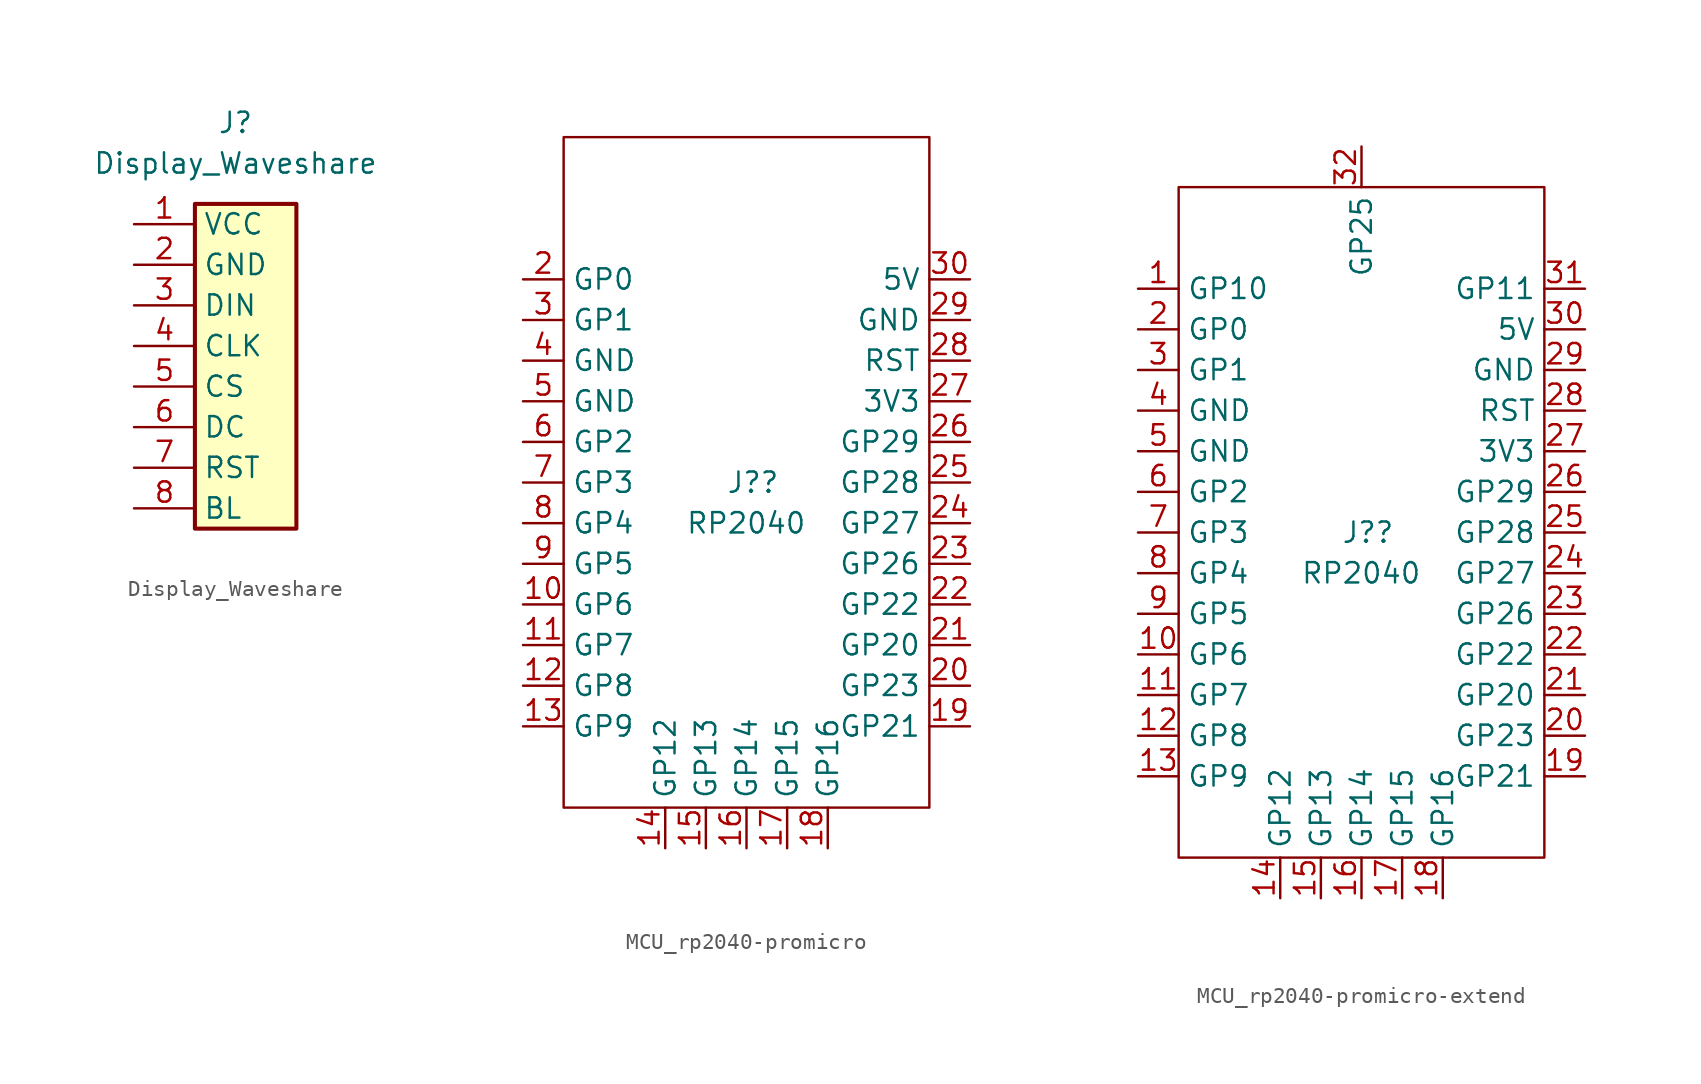
<source format=kicad_sym>
(kicad_symbol_lib
  (version 20231120)
  (generator "kicad_symbol_editor")
  (generator_version "8.0")
  (symbol "Display_Waveshare"
    (property "Reference" "J"
      (at 0 15.24 0)
      (effects (font (size 1.27 1.27))))
    (property "Value" "Display_Waveshare"
      (at 0 12.7 0)
      (effects (font (size 1.27 1.27))))
    (symbol "Display_Waveshare_1_1"
      (rectangle (start -2.54 10.16) (end 3.81 -10.16) (stroke (width 0.254) (type default)) (fill (type background)))
      (pin power_in line (at -6.35 8.89 0) (length 3.81) (name "VCC" (effects (font (size 1.27 1.27)))) (number "1" (effects (font (size 1.27 1.27)))))
      (pin power_in line (at -6.35 6.35 0) (length 3.81) (name "GND" (effects (font (size 1.27 1.27)))) (number "2" (effects (font (size 1.27 1.27)))))
      (pin input line (at -6.35 3.81 0) (length 3.81) (name "DIN" (effects (font (size 1.27 1.27)))) (number "3" (effects (font (size 1.27 1.27)))))
      (pin input line (at -6.35 1.27 0) (length 3.81) (name "CLK" (effects (font (size 1.27 1.27)))) (number "4" (effects (font (size 1.27 1.27)))))
      (pin input line (at -6.35 -1.27 0) (length 3.81) (name "CS" (effects (font (size 1.27 1.27)))) (number "5" (effects (font (size 1.27 1.27)))))
      (pin input line (at -6.35 -3.81 0) (length 3.81) (name "DC" (effects (font (size 1.27 1.27)))) (number "6" (effects (font (size 1.27 1.27)))))
      (pin input line (at -6.35 -6.35 0) (length 3.81) (name "RST" (effects (font (size 1.27 1.27)))) (number "7" (effects (font (size 1.27 1.27)))))
      (pin input line (at -6.35 -8.89 0) (length 3.81) (name "BL" (effects (font (size 1.27 1.27)))) (number "8" (effects (font (size 1.27 1.27)))))))
  (symbol "MCU_rp2040-promicro"
    (property "Reference" "J?"
      (at -1.27 0 0)
      (effects (font (size 1.27 1.27)) (justify left)))
    (property "Value" "RP2040"
      (at -3.81 -2.54 0)
      (effects (font (size 1.27 1.27)) (justify left)))
    (symbol "MCU_rp2040-promicro_0_1"
      (rectangle (start -11.43 21.59) (end 11.43 -20.32) (stroke (width 0.152) (type default)) (fill (type none))))
    (symbol "MCU_rp2040-promicro_1_1"
      (pin bidirectional line (at -13.97 -7.62 0) (length 2.54) (name "GP6" (effects (font (size 1.27 1.27)))) (number "10" (effects (font (size 1.27 1.27)))))
      (pin bidirectional line (at -13.97 -10.16 0) (length 2.54) (name "GP7" (effects (font (size 1.27 1.27)))) (number "11" (effects (font (size 1.27 1.27)))))
      (pin bidirectional line (at -13.97 -12.7 0) (length 2.54) (name "GP8" (effects (font (size 1.27 1.27)))) (number "12" (effects (font (size 1.27 1.27)))))
      (pin bidirectional line (at -13.97 -15.24 0) (length 2.54) (name "GP9" (effects (font (size 1.27 1.27)))) (number "13" (effects (font (size 1.27 1.27)))))
      (pin bidirectional line (at -5.08 -22.86 90) (length 2.54) (name "GP12" (effects (font (size 1.27 1.27)))) (number "14" (effects (font (size 1.27 1.27)))))
      (pin bidirectional line (at -2.54 -22.86 90) (length 2.54) (name "GP13" (effects (font (size 1.27 1.27)))) (number "15" (effects (font (size 1.27 1.27)))))
      (pin bidirectional line (at 0 -22.86 90) (length 2.54) (name "GP14" (effects (font (size 1.27 1.27)))) (number "16" (effects (font (size 1.27 1.27)))))
      (pin bidirectional line (at 2.54 -22.86 90) (length 2.54) (name "GP15" (effects (font (size 1.27 1.27)))) (number "17" (effects (font (size 1.27 1.27)))))
      (pin bidirectional line (at 5.08 -22.86 90) (length 2.54) (name "GP16" (effects (font (size 1.27 1.27)))) (number "18" (effects (font (size 1.27 1.27)))))
      (pin bidirectional line (at 13.97 -15.24 180) (length 2.54) (name "GP21" (effects (font (size 1.27 1.27)))) (number "19" (effects (font (size 1.27 1.27)))))
      (pin bidirectional line (at -13.97 12.7 0) (length 2.54) (name "GP0" (effects (font (size 1.27 1.27)))) (number "2" (effects (font (size 1.27 1.27)))))
      (pin bidirectional line (at 13.97 -12.7 180) (length 2.54) (name "GP23" (effects (font (size 1.27 1.27)))) (number "20" (effects (font (size 1.27 1.27)))))
      (pin bidirectional line (at 13.97 -10.16 180) (length 2.54) (name "GP20" (effects (font (size 1.27 1.27)))) (number "21" (effects (font (size 1.27 1.27)))))
      (pin bidirectional line (at 13.97 -7.62 180) (length 2.54) (name "GP22" (effects (font (size 1.27 1.27)))) (number "22" (effects (font (size 1.27 1.27)))))
      (pin bidirectional line (at 13.97 -5.08 180) (length 2.54) (name "GP26" (effects (font (size 1.27 1.27)))) (number "23" (effects (font (size 1.27 1.27)))))
      (pin bidirectional line (at 13.97 -2.54 180) (length 2.54) (name "GP27" (effects (font (size 1.27 1.27)))) (number "24" (effects (font (size 1.27 1.27)))))
      (pin bidirectional line (at 13.97 0 180) (length 2.54) (name "GP28" (effects (font (size 1.27 1.27)))) (number "25" (effects (font (size 1.27 1.27)))))
      (pin bidirectional line (at 13.97 2.54 180) (length 2.54) (name "GP29" (effects (font (size 1.27 1.27)))) (number "26" (effects (font (size 1.27 1.27)))))
      (pin power_in line (at 13.97 5.08 180) (length 2.54) (name "3V3" (effects (font (size 1.27 1.27)))) (number "27" (effects (font (size 1.27 1.27)))))
      (pin bidirectional line (at 13.97 7.62 180) (length 2.54) (name "RST" (effects (font (size 1.27 1.27)))) (number "28" (effects (font (size 1.27 1.27)))))
      (pin power_in line (at 13.97 10.16 180) (length 2.54) (name "GND" (effects (font (size 1.27 1.27)))) (number "29" (effects (font (size 1.27 1.27)))))
      (pin bidirectional line (at -13.97 10.16 0) (length 2.54) (name "GP1" (effects (font (size 1.27 1.27)))) (number "3" (effects (font (size 1.27 1.27)))))
      (pin power_in line (at 13.97 12.7 180) (length 2.54) (name "5V" (effects (font (size 1.27 1.27)))) (number "30" (effects (font (size 1.27 1.27)))))
      (pin power_in line (at -13.97 7.62 0) (length 2.54) (name "GND" (effects (font (size 1.27 1.27)))) (number "4" (effects (font (size 1.27 1.27)))))
      (pin power_in line (at -13.97 5.08 0) (length 2.54) (name "GND" (effects (font (size 1.27 1.27)))) (number "5" (effects (font (size 1.27 1.27)))))
      (pin bidirectional line (at -13.97 2.54 0) (length 2.54) (name "GP2" (effects (font (size 1.27 1.27)))) (number "6" (effects (font (size 1.27 1.27)))))
      (pin bidirectional line (at -13.97 0 0) (length 2.54) (name "GP3" (effects (font (size 1.27 1.27)))) (number "7" (effects (font (size 1.27 1.27)))))
      (pin bidirectional line (at -13.97 -2.54 0) (length 2.54) (name "GP4" (effects (font (size 1.27 1.27)))) (number "8" (effects (font (size 1.27 1.27)))))
      (pin bidirectional line (at -13.97 -5.08 0) (length 2.54) (name "GP5" (effects (font (size 1.27 1.27)))) (number "9" (effects (font (size 1.27 1.27)))))))
  (symbol "MCU_rp2040-promicro-extend"
    (property "Reference" "J?"
      (at -1.27 0 0)
      (effects (font (size 1.27 1.27)) (justify left)))
    (property "Value" "RP2040"
      (at -3.81 -2.54 0)
      (effects (font (size 1.27 1.27)) (justify left)))
    (symbol "MCU_rp2040-promicro-extend_0_1"
      (rectangle (start -11.43 21.59) (end 11.43 -20.32) (stroke (width 0.152) (type default)) (fill (type none))))
    (symbol "MCU_rp2040-promicro-extend_1_1"
      (pin bidirectional line (at -13.97 15.24 0) (length 2.54) (name "GP10" (effects (font (size 1.27 1.27)))) (number "1" (effects (font (size 1.27 1.27)))))
      (pin bidirectional line (at -13.97 -7.62 0) (length 2.54) (name "GP6" (effects (font (size 1.27 1.27)))) (number "10" (effects (font (size 1.27 1.27)))))
      (pin bidirectional line (at -13.97 -10.16 0) (length 2.54) (name "GP7" (effects (font (size 1.27 1.27)))) (number "11" (effects (font (size 1.27 1.27)))))
      (pin bidirectional line (at -13.97 -12.7 0) (length 2.54) (name "GP8" (effects (font (size 1.27 1.27)))) (number "12" (effects (font (size 1.27 1.27)))))
      (pin bidirectional line (at -13.97 -15.24 0) (length 2.54) (name "GP9" (effects (font (size 1.27 1.27)))) (number "13" (effects (font (size 1.27 1.27)))))
      (pin bidirectional line (at -5.08 -22.86 90) (length 2.54) (name "GP12" (effects (font (size 1.27 1.27)))) (number "14" (effects (font (size 1.27 1.27)))))
      (pin bidirectional line (at -2.54 -22.86 90) (length 2.54) (name "GP13" (effects (font (size 1.27 1.27)))) (number "15" (effects (font (size 1.27 1.27)))))
      (pin bidirectional line (at 0 -22.86 90) (length 2.54) (name "GP14" (effects (font (size 1.27 1.27)))) (number "16" (effects (font (size 1.27 1.27)))))
      (pin bidirectional line (at 2.54 -22.86 90) (length 2.54) (name "GP15" (effects (font (size 1.27 1.27)))) (number "17" (effects (font (size 1.27 1.27)))))
      (pin bidirectional line (at 5.08 -22.86 90) (length 2.54) (name "GP16" (effects (font (size 1.27 1.27)))) (number "18" (effects (font (size 1.27 1.27)))))
      (pin bidirectional line (at 13.97 -15.24 180) (length 2.54) (name "GP21" (effects (font (size 1.27 1.27)))) (number "19" (effects (font (size 1.27 1.27)))))
      (pin bidirectional line (at -13.97 12.7 0) (length 2.54) (name "GP0" (effects (font (size 1.27 1.27)))) (number "2" (effects (font (size 1.27 1.27)))))
      (pin bidirectional line (at 13.97 -12.7 180) (length 2.54) (name "GP23" (effects (font (size 1.27 1.27)))) (number "20" (effects (font (size 1.27 1.27)))))
      (pin bidirectional line (at 13.97 -10.16 180) (length 2.54) (name "GP20" (effects (font (size 1.27 1.27)))) (number "21" (effects (font (size 1.27 1.27)))))
      (pin bidirectional line (at 13.97 -7.62 180) (length 2.54) (name "GP22" (effects (font (size 1.27 1.27)))) (number "22" (effects (font (size 1.27 1.27)))))
      (pin bidirectional line (at 13.97 -5.08 180) (length 2.54) (name "GP26" (effects (font (size 1.27 1.27)))) (number "23" (effects (font (size 1.27 1.27)))))
      (pin bidirectional line (at 13.97 -2.54 180) (length 2.54) (name "GP27" (effects (font (size 1.27 1.27)))) (number "24" (effects (font (size 1.27 1.27)))))
      (pin bidirectional line (at 13.97 0 180) (length 2.54) (name "GP28" (effects (font (size 1.27 1.27)))) (number "25" (effects (font (size 1.27 1.27)))))
      (pin bidirectional line (at 13.97 2.54 180) (length 2.54) (name "GP29" (effects (font (size 1.27 1.27)))) (number "26" (effects (font (size 1.27 1.27)))))
      (pin power_in line (at 13.97 5.08 180) (length 2.54) (name "3V3" (effects (font (size 1.27 1.27)))) (number "27" (effects (font (size 1.27 1.27)))))
      (pin bidirectional line (at 13.97 7.62 180) (length 2.54) (name "RST" (effects (font (size 1.27 1.27)))) (number "28" (effects (font (size 1.27 1.27)))))
      (pin power_in line (at 13.97 10.16 180) (length 2.54) (name "GND" (effects (font (size 1.27 1.27)))) (number "29" (effects (font (size 1.27 1.27)))))
      (pin bidirectional line (at -13.97 10.16 0) (length 2.54) (name "GP1" (effects (font (size 1.27 1.27)))) (number "3" (effects (font (size 1.27 1.27)))))
      (pin power_in line (at 13.97 12.7 180) (length 2.54) (name "5V" (effects (font (size 1.27 1.27)))) (number "30" (effects (font (size 1.27 1.27)))))
      (pin bidirectional line (at 13.97 15.24 180) (length 2.54) (name "GP11" (effects (font (size 1.27 1.27)))) (number "31" (effects (font (size 1.27 1.27)))))
      (pin bidirectional line (at 0 24.13 270) (length 2.54) (name "GP25" (effects (font (size 1.27 1.27)))) (number "32" (effects (font (size 1.27 1.27)))))
      (pin power_in line (at -13.97 7.62 0) (length 2.54) (name "GND" (effects (font (size 1.27 1.27)))) (number "4" (effects (font (size 1.27 1.27)))))
      (pin power_in line (at -13.97 5.08 0) (length 2.54) (name "GND" (effects (font (size 1.27 1.27)))) (number "5" (effects (font (size 1.27 1.27)))))
      (pin bidirectional line (at -13.97 2.54 0) (length 2.54) (name "GP2" (effects (font (size 1.27 1.27)))) (number "6" (effects (font (size 1.27 1.27)))))
      (pin bidirectional line (at -13.97 0 0) (length 2.54) (name "GP3" (effects (font (size 1.27 1.27)))) (number "7" (effects (font (size 1.27 1.27)))))
      (pin bidirectional line (at -13.97 -2.54 0) (length 2.54) (name "GP4" (effects (font (size 1.27 1.27)))) (number "8" (effects (font (size 1.27 1.27)))))
      (pin bidirectional line (at -13.97 -5.08 0) (length 2.54) (name "GP5" (effects (font (size 1.27 1.27)))) (number "9" (effects (font (size 1.27 1.27))))))))
</source>
